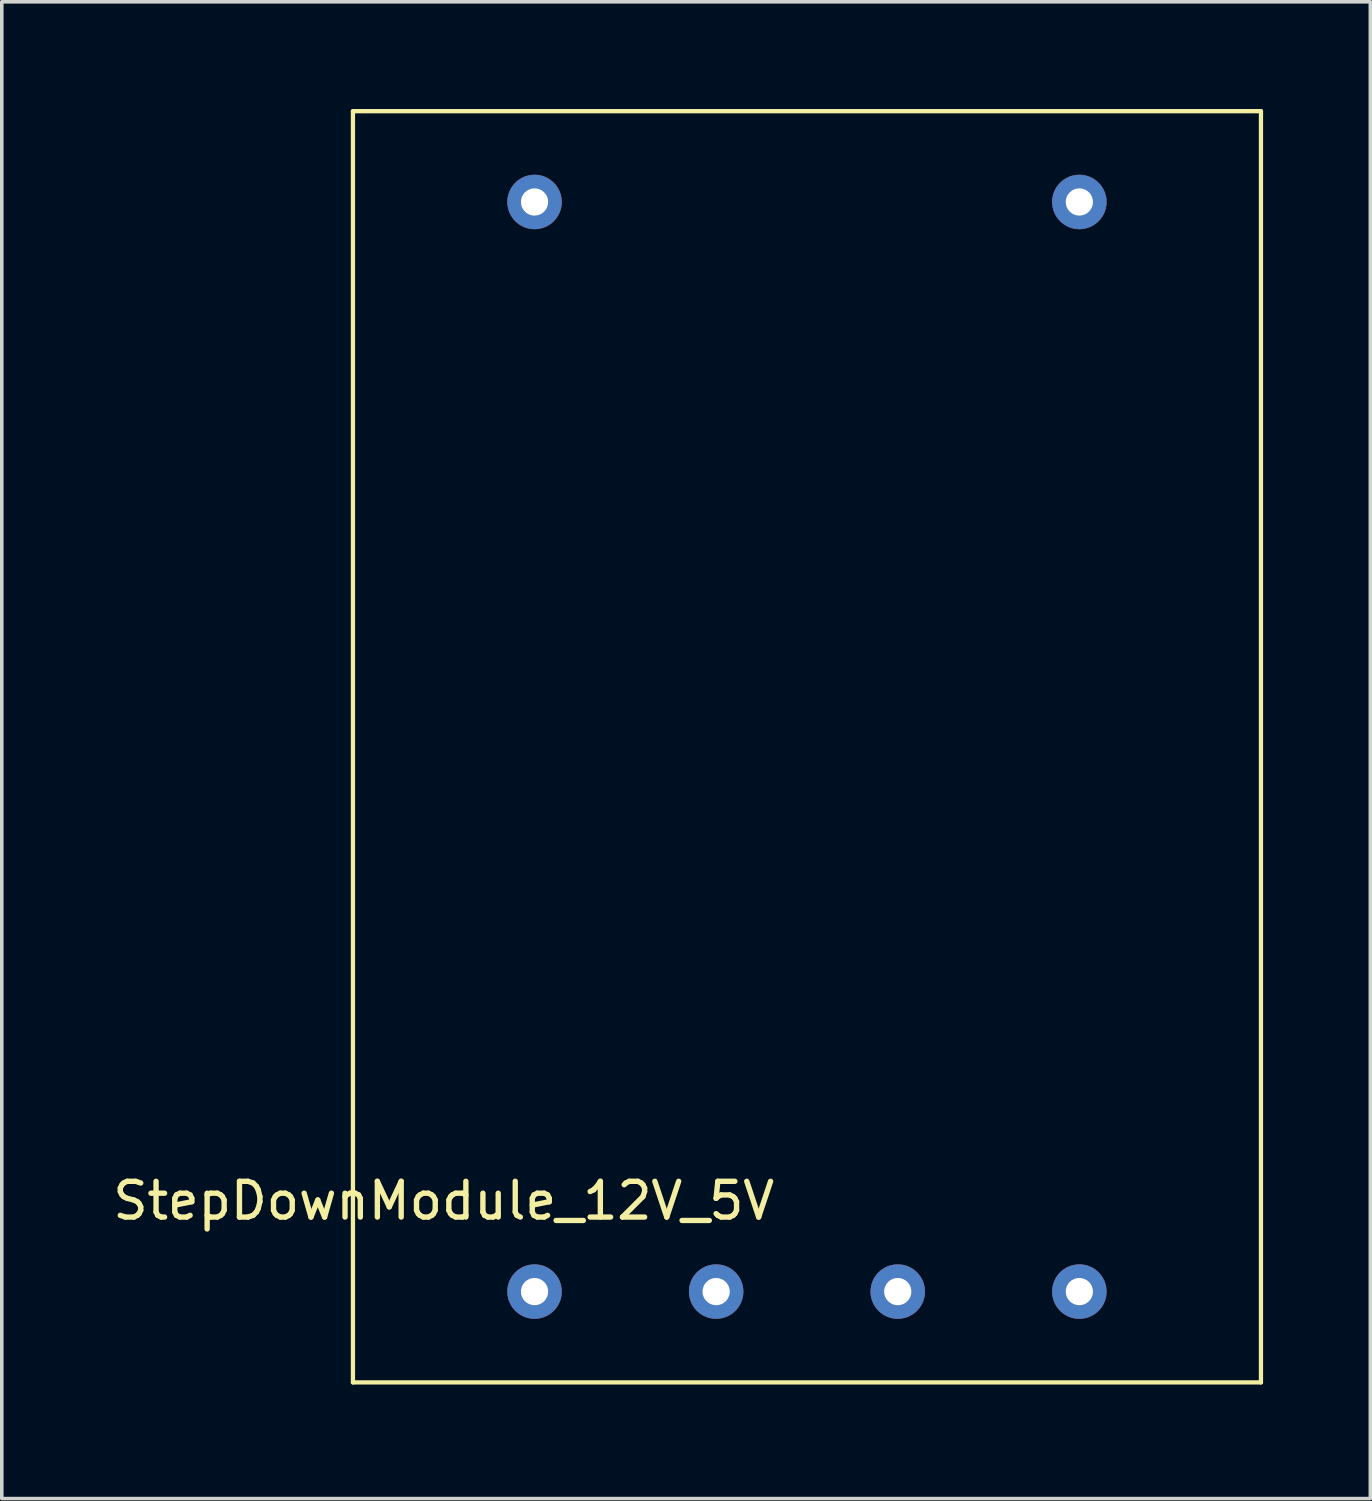
<source format=kicad_pcb>
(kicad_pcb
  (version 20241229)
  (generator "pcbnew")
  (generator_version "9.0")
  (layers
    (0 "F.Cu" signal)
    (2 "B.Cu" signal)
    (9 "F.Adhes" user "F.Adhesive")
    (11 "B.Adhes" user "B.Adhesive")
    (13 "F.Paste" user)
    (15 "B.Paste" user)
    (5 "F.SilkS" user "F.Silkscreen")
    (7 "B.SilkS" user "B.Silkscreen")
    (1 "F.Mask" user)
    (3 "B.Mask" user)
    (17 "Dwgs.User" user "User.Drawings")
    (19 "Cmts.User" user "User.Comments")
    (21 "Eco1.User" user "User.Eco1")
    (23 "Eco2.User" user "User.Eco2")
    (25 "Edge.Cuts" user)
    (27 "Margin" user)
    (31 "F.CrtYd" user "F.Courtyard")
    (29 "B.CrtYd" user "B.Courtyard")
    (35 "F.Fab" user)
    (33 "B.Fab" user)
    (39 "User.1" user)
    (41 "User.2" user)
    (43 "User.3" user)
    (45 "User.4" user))
  (footprint "StepDownModule_12V_5V"
    (layer "F.Cu")
    (at 6.823 35.62)
    (property "Reference" "StepDownModule_12V_5V" (at 2.54 -5.08 0) (layer "F.SilkS") (effects (font (size 1 1) (thickness 0.15))))
    (attr through_hole)
    (fp_line (start 0 -35.56) (end 0 0) (stroke (width 0.12) (type solid)) (layer "F.SilkS"))
    (fp_line (start 0 0) (end 25.4 0) (stroke (width 0.12) (type solid)) (layer "F.SilkS"))
    (fp_line (start 25.4 -35.56) (end 0 -35.56) (stroke (width 0.12) (type solid)) (layer "F.SilkS"))
    (fp_line (start 25.4 0) (end 25.4 -35.56) (stroke (width 0.12) (type solid)) (layer "F.SilkS"))
    (pad "1" thru_hole circle (at 5.08 -33.02) (size 1.524 1.524) (drill 0.762) (layers "*.Cu" "*.Mask"))
    (pad "2" thru_hole circle (at 20.32 -33.02) (size 1.524 1.524) (drill 0.762) (layers "*.Cu" "*.Mask"))
    (pad "3" thru_hole circle (at 20.32 -2.54) (size 1.524 1.524) (drill 0.762) (layers "*.Cu" "*.Mask"))
    (pad "4" thru_hole circle (at 15.24 -2.54) (size 1.524 1.524) (drill 0.762) (layers "*.Cu" "*.Mask"))
    (pad "5" thru_hole circle (at 10.16 -2.54) (size 1.524 1.524) (drill 0.762) (layers "*.Cu" "*.Mask"))
    (pad "6" thru_hole circle (at 5.08 -2.54) (size 1.524 1.524) (drill 0.762) (layers "*.Cu" "*.Mask")))
  (gr_rect
    (start -3 -3)
    (end 35.283 38.87)
    (stroke (width 0.1) (type default))
    (fill no)
    (layer "Edge.Cuts")))
</source>
